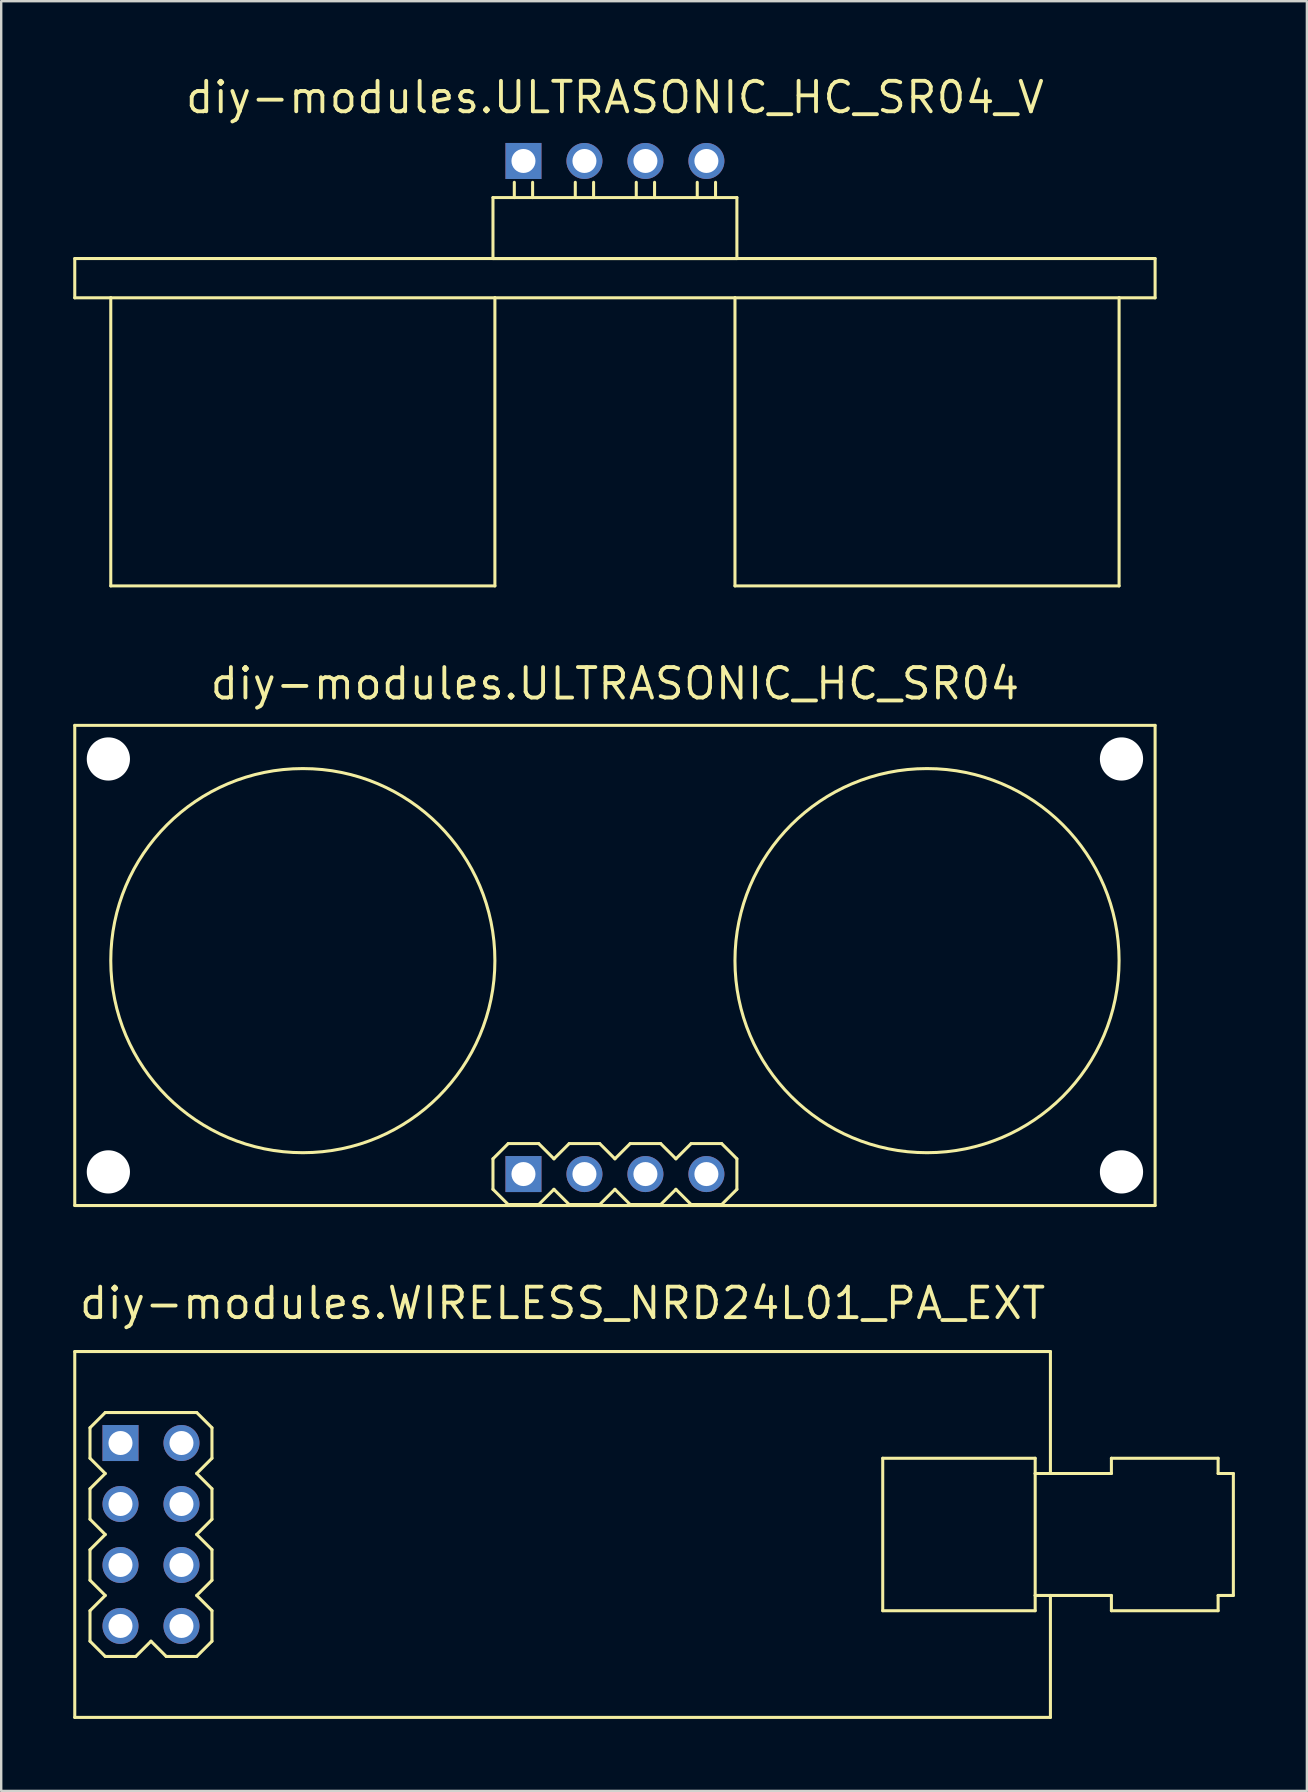
<source format=kicad_pcb>
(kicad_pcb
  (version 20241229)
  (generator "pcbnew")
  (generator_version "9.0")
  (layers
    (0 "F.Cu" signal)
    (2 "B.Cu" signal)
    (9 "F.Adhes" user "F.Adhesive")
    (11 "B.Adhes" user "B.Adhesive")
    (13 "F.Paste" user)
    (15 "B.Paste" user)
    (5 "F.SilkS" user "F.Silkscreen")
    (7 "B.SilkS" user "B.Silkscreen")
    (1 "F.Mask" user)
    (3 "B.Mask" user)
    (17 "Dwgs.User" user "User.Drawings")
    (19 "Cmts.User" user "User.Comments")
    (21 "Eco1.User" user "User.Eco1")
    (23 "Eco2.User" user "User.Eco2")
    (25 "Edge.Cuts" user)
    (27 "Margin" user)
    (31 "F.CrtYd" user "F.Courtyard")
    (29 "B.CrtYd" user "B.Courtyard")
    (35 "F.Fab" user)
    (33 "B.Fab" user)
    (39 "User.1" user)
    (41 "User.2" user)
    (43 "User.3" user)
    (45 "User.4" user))
  (footprint "diy-modules.ULTRASONIC_HC_SR04"
    (layer "F.Cu")
    (at 22.564 36.964)
    (property "Reference" "diy-modules.ULTRASONIC_HC_SR04" (at 0 -10.795 0) (layer "F.SilkS") (effects (font (size 1.27 1.27) (thickness 0.16)) (justify bottom)))
    (attr through_hole)
    (fp_line (start -22.5 -9.8) (end 22.5 -9.8) (stroke (width 0.127) (type default)) (layer "F.SilkS"))
    (fp_line (start -22.5 10.2) (end -22.5 -9.8) (stroke (width 0.127) (type default)) (layer "F.SilkS"))
    (fp_line (start -5.08 8.255) (end -4.445 7.62) (stroke (width 0.127) (type default)) (layer "F.SilkS"))
    (fp_line (start -5.08 9.525) (end -5.08 8.255) (stroke (width 0.127) (type default)) (layer "F.SilkS"))
    (fp_line (start -4.445 7.62) (end -3.175 7.62) (stroke (width 0.127) (type default)) (layer "F.SilkS"))
    (fp_line (start -4.445 10.16) (end -5.08 9.525) (stroke (width 0.127) (type default)) (layer "F.SilkS"))
    (fp_line (start -3.175 7.62) (end -2.54 8.255) (stroke (width 0.127) (type default)) (layer "F.SilkS"))
    (fp_line (start -3.175 10.16) (end -4.445 10.16) (stroke (width 0.127) (type default)) (layer "F.SilkS"))
    (fp_line (start -2.54 8.255) (end -1.905 7.62) (stroke (width 0.127) (type default)) (layer "F.SilkS"))
    (fp_line (start -2.54 9.525) (end -3.175 10.16) (stroke (width 0.127) (type default)) (layer "F.SilkS"))
    (fp_line (start -1.905 7.62) (end -0.635 7.62) (stroke (width 0.127) (type default)) (layer "F.SilkS"))
    (fp_line (start -1.905 10.16) (end -2.54 9.525) (stroke (width 0.127) (type default)) (layer "F.SilkS"))
    (fp_line (start -0.635 7.62) (end 0 8.255) (stroke (width 0.127) (type default)) (layer "F.SilkS"))
    (fp_line (start -0.635 10.16) (end -1.905 10.16) (stroke (width 0.127) (type default)) (layer "F.SilkS"))
    (fp_line (start 0 8.255) (end 0.635 7.62) (stroke (width 0.127) (type default)) (layer "F.SilkS"))
    (fp_line (start 0 9.525) (end -0.635 10.16) (stroke (width 0.127) (type default)) (layer "F.SilkS"))
    (fp_line (start 0.635 7.62) (end 1.905 7.62) (stroke (width 0.127) (type default)) (layer "F.SilkS"))
    (fp_line (start 0.635 10.16) (end 0 9.525) (stroke (width 0.127) (type default)) (layer "F.SilkS"))
    (fp_line (start 1.905 7.62) (end 2.54 8.255) (stroke (width 0.127) (type default)) (layer "F.SilkS"))
    (fp_line (start 1.905 10.16) (end 0.635 10.16) (stroke (width 0.127) (type default)) (layer "F.SilkS"))
    (fp_line (start 2.54 8.255) (end 3.175 7.62) (stroke (width 0.127) (type default)) (layer "F.SilkS"))
    (fp_line (start 2.54 9.525) (end 1.905 10.16) (stroke (width 0.127) (type default)) (layer "F.SilkS"))
    (fp_line (start 3.175 7.62) (end 4.445 7.62) (stroke (width 0.127) (type default)) (layer "F.SilkS"))
    (fp_line (start 3.175 10.16) (end 2.54 9.525) (stroke (width 0.127) (type default)) (layer "F.SilkS"))
    (fp_line (start 4.445 7.62) (end 5.08 8.255) (stroke (width 0.127) (type default)) (layer "F.SilkS"))
    (fp_line (start 4.445 10.16) (end 3.175 10.16) (stroke (width 0.127) (type default)) (layer "F.SilkS"))
    (fp_line (start 5.08 8.255) (end 5.08 9.525) (stroke (width 0.127) (type default)) (layer "F.SilkS"))
    (fp_line (start 5.08 9.525) (end 4.445 10.16) (stroke (width 0.127) (type default)) (layer "F.SilkS"))
    (fp_line (start 22.5 -9.8) (end 22.5 10.2) (stroke (width 0.127) (type default)) (layer "F.SilkS"))
    (fp_line (start 22.5 10.2) (end -22.5 10.2) (stroke (width 0.127) (type default)) (layer "F.SilkS"))
    (fp_circle (center -13 0) (end -5 0) (stroke (width 0.127) (type default)) (fill no) (layer "F.SilkS"))
    (fp_circle (center 13 0) (end 21 0) (stroke (width 0.127) (type default)) (fill no) (layer "F.SilkS"))
    (pad "" np_thru_hole circle (at -21.1 -8.4) (size 1.8 1.8) (drill 1.8) (layers "*.Cu" "*.Mask"))
    (pad "" np_thru_hole circle (at -21.1 8.8) (size 1.8 1.8) (drill 1.8) (layers "*.Cu" "*.Mask"))
    (pad "" np_thru_hole circle (at 21.1 -8.4) (size 1.8 1.8) (drill 1.8) (layers "*.Cu" "*.Mask"))
    (pad "" np_thru_hole circle (at 21.1 8.8) (size 1.8 1.8) (drill 1.8) (layers "*.Cu" "*.Mask"))
    (pad "1" thru_hole rect (at -3.81 8.89) (size 1.5 1.5) (drill 1) (layers "*.Cu" "*.Mask"))
    (pad "2" thru_hole circle (at -1.27 8.89) (size 1.5 1.5) (drill 1) (layers "*.Cu" "*.Mask"))
    (pad "3" thru_hole circle (at 1.27 8.89) (size 1.5 1.5) (drill 1) (layers "*.Cu" "*.Mask"))
    (pad "4" thru_hole circle (at 3.81 8.89) (size 1.5 1.5) (drill 1) (layers "*.Cu" "*.Mask")))
  (footprint "diy-modules.WIRELESS_NRD24L01_PA_EXT"
    (layer "F.Cu")
    (at 20.384 60.867)
    (property "Reference" "diy-modules.WIRELESS_NRD24L01_PA_EXT" (at 0 -8.89 0) (layer "F.SilkS") (effects (font (size 1.27 1.27) (thickness 0.16)) (justify bottom)))
    (attr through_hole)
    (fp_line (start -20.32 -7.62) (end 20.32 -7.62) (stroke (width 0.127) (type default)) (layer "F.SilkS"))
    (fp_line (start -20.32 7.62) (end -20.32 -7.62) (stroke (width 0.127) (type default)) (layer "F.SilkS"))
    (fp_line (start -19.685 -4.445) (end -19.05 -5.08) (stroke (width 0.127) (type default)) (layer "F.SilkS"))
    (fp_line (start -19.685 -3.175) (end -19.685 -4.445) (stroke (width 0.127) (type default)) (layer "F.SilkS"))
    (fp_line (start -19.685 -1.905) (end -19.05 -2.54) (stroke (width 0.127) (type default)) (layer "F.SilkS"))
    (fp_line (start -19.685 -0.635) (end -19.685 -1.905) (stroke (width 0.127) (type default)) (layer "F.SilkS"))
    (fp_line (start -19.685 0.635) (end -19.05 0) (stroke (width 0.127) (type default)) (layer "F.SilkS"))
    (fp_line (start -19.685 1.905) (end -19.685 0.635) (stroke (width 0.127) (type default)) (layer "F.SilkS"))
    (fp_line (start -19.685 3.175) (end -19.05 2.54) (stroke (width 0.127) (type default)) (layer "F.SilkS"))
    (fp_line (start -19.685 4.445) (end -19.685 3.175) (stroke (width 0.127) (type default)) (layer "F.SilkS"))
    (fp_line (start -19.05 -5.08) (end -15.24 -5.08) (stroke (width 0.127) (type default)) (layer "F.SilkS"))
    (fp_line (start -19.05 -2.54) (end -19.685 -3.175) (stroke (width 0.127) (type default)) (layer "F.SilkS"))
    (fp_line (start -19.05 0) (end -19.685 -0.635) (stroke (width 0.127) (type default)) (layer "F.SilkS"))
    (fp_line (start -19.05 2.54) (end -19.685 1.905) (stroke (width 0.127) (type default)) (layer "F.SilkS"))
    (fp_line (start -19.05 5.08) (end -19.685 4.445) (stroke (width 0.127) (type default)) (layer "F.SilkS"))
    (fp_line (start -17.78 5.08) (end -19.05 5.08) (stroke (width 0.127) (type default)) (layer "F.SilkS"))
    (fp_line (start -17.145 4.445) (end -17.78 5.08) (stroke (width 0.127) (type default)) (layer "F.SilkS"))
    (fp_line (start -16.51 5.08) (end -17.145 4.445) (stroke (width 0.127) (type default)) (layer "F.SilkS"))
    (fp_line (start -15.24 -5.08) (end -14.605 -4.445) (stroke (width 0.127) (type default)) (layer "F.SilkS"))
    (fp_line (start -15.24 -2.54) (end -14.605 -1.905) (stroke (width 0.127) (type default)) (layer "F.SilkS"))
    (fp_line (start -15.24 0) (end -14.605 0.635) (stroke (width 0.127) (type default)) (layer "F.SilkS"))
    (fp_line (start -15.24 2.54) (end -14.605 3.175) (stroke (width 0.127) (type default)) (layer "F.SilkS"))
    (fp_line (start -15.24 5.08) (end -16.51 5.08) (stroke (width 0.127) (type default)) (layer "F.SilkS"))
    (fp_line (start -14.605 -4.445) (end -14.605 -3.175) (stroke (width 0.127) (type default)) (layer "F.SilkS"))
    (fp_line (start -14.605 -3.175) (end -15.24 -2.54) (stroke (width 0.127) (type default)) (layer "F.SilkS"))
    (fp_line (start -14.605 -1.905) (end -14.605 -0.635) (stroke (width 0.127) (type default)) (layer "F.SilkS"))
    (fp_line (start -14.605 -0.635) (end -15.24 0) (stroke (width 0.127) (type default)) (layer "F.SilkS"))
    (fp_line (start -14.605 0.635) (end -14.605 1.905) (stroke (width 0.127) (type default)) (layer "F.SilkS"))
    (fp_line (start -14.605 1.905) (end -15.24 2.54) (stroke (width 0.127) (type default)) (layer "F.SilkS"))
    (fp_line (start -14.605 3.175) (end -14.605 4.445) (stroke (width 0.127) (type default)) (layer "F.SilkS"))
    (fp_line (start -14.605 4.445) (end -15.24 5.08) (stroke (width 0.127) (type default)) (layer "F.SilkS"))
    (fp_line (start 13.335 -3.175) (end 19.685 -3.175) (stroke (width 0.127) (type default)) (layer "F.SilkS"))
    (fp_line (start 13.335 3.175) (end 13.335 -3.175) (stroke (width 0.127) (type default)) (layer "F.SilkS"))
    (fp_line (start 19.685 -3.175) (end 19.685 -2.54) (stroke (width 0.127) (type default)) (layer "F.SilkS"))
    (fp_line (start 19.685 -2.54) (end 19.685 2.54) (stroke (width 0.127) (type default)) (layer "F.SilkS"))
    (fp_line (start 19.685 -2.54) (end 20.32 -2.54) (stroke (width 0.127) (type default)) (layer "F.SilkS"))
    (fp_line (start 19.685 2.54) (end 19.685 3.175) (stroke (width 0.127) (type default)) (layer "F.SilkS"))
    (fp_line (start 19.685 2.54) (end 20.32 2.54) (stroke (width 0.127) (type default)) (layer "F.SilkS"))
    (fp_line (start 19.685 3.175) (end 13.335 3.175) (stroke (width 0.127) (type default)) (layer "F.SilkS"))
    (fp_line (start 20.32 -7.62) (end 20.32 -2.54) (stroke (width 0.127) (type default)) (layer "F.SilkS"))
    (fp_line (start 20.32 -2.54) (end 22.86 -2.54) (stroke (width 0.127) (type default)) (layer "F.SilkS"))
    (fp_line (start 20.32 2.54) (end 22.86 2.54) (stroke (width 0.127) (type default)) (layer "F.SilkS"))
    (fp_line (start 20.32 7.62) (end -20.32 7.62) (stroke (width 0.127) (type default)) (layer "F.SilkS"))
    (fp_line (start 20.32 7.62) (end 20.32 2.54) (stroke (width 0.127) (type default)) (layer "F.SilkS"))
    (fp_line (start 22.86 -3.175) (end 27.305 -3.175) (stroke (width 0.127) (type default)) (layer "F.SilkS"))
    (fp_line (start 22.86 -2.54) (end 22.86 -3.175) (stroke (width 0.127) (type default)) (layer "F.SilkS"))
    (fp_line (start 22.86 3.175) (end 22.86 2.54) (stroke (width 0.127) (type default)) (layer "F.SilkS"))
    (fp_line (start 27.305 -3.175) (end 27.305 -2.54) (stroke (width 0.127) (type default)) (layer "F.SilkS"))
    (fp_line (start 27.305 -2.54) (end 27.94 -2.54) (stroke (width 0.127) (type default)) (layer "F.SilkS"))
    (fp_line (start 27.305 2.54) (end 27.305 3.175) (stroke (width 0.127) (type default)) (layer "F.SilkS"))
    (fp_line (start 27.305 3.175) (end 22.86 3.175) (stroke (width 0.127) (type default)) (layer "F.SilkS"))
    (fp_line (start 27.94 -2.54) (end 27.94 2.54) (stroke (width 0.127) (type default)) (layer "F.SilkS"))
    (fp_line (start 27.94 2.54) (end 27.305 2.54) (stroke (width 0.127) (type default)) (layer "F.SilkS"))
    (pad "1" thru_hole rect (at -18.415 -3.81) (size 1.5 1.5) (drill 1) (layers "*.Cu" "*.Mask"))
    (pad "2" thru_hole circle (at -15.875 -3.81) (size 1.5 1.5) (drill 1) (layers "*.Cu" "*.Mask"))
    (pad "3" thru_hole circle (at -18.415 -1.27) (size 1.5 1.5) (drill 1) (layers "*.Cu" "*.Mask"))
    (pad "4" thru_hole circle (at -15.875 -1.27) (size 1.5 1.5) (drill 1) (layers "*.Cu" "*.Mask"))
    (pad "5" thru_hole circle (at -18.415 1.27) (size 1.5 1.5) (drill 1) (layers "*.Cu" "*.Mask"))
    (pad "6" thru_hole circle (at -15.875 1.27) (size 1.5 1.5) (drill 1) (layers "*.Cu" "*.Mask"))
    (pad "7" thru_hole circle (at -18.415 3.81) (size 1.5 1.5) (drill 1) (layers "*.Cu" "*.Mask"))
    (pad "8" thru_hole circle (at -15.875 3.81) (size 1.5 1.5) (drill 1) (layers "*.Cu" "*.Mask")))
  (footprint "diy-modules.ULTRASONIC_HC_SR04_V"
    (layer "F.Cu")
    (at 22.564 3.655)
    (property "Reference" "diy-modules.ULTRASONIC_HC_SR04_V" (at 0 -1.905 0) (layer "F.SilkS") (effects (font (size 1.27 1.27) (thickness 0.16)) (justify bottom)))
    (attr through_hole)
    (fp_line (start -22.5 4.064) (end 22.5 4.064) (stroke (width 0.127) (type default)) (layer "F.SilkS"))
    (fp_line (start -22.5 5.7) (end -22.5 4.064) (stroke (width 0.127) (type default)) (layer "F.SilkS"))
    (fp_line (start -21 5.7) (end -22.5 5.7) (stroke (width 0.127) (type default)) (layer "F.SilkS"))
    (fp_line (start -21 5.7) (end -21 17.7) (stroke (width 0.127) (type default)) (layer "F.SilkS"))
    (fp_line (start -21 17.7) (end -5 17.7) (stroke (width 0.127) (type default)) (layer "F.SilkS"))
    (fp_line (start -5.08 1.524) (end -4.191 1.524) (stroke (width 0.127) (type default)) (layer "F.SilkS"))
    (fp_line (start -5.08 4.064) (end -5.08 1.524) (stroke (width 0.127) (type default)) (layer "F.SilkS"))
    (fp_line (start -5.08 4.064) (end 5.08 4.064) (stroke (width 0.127) (type default)) (layer "F.SilkS"))
    (fp_line (start -5 5.7) (end -21 5.7) (stroke (width 0.127) (type default)) (layer "F.SilkS"))
    (fp_line (start -5 17.7) (end -5 5.7) (stroke (width 0.127) (type default)) (layer "F.SilkS"))
    (fp_line (start -4.191 1.524) (end -4.191 0.889) (stroke (width 0.127) (type default)) (layer "F.SilkS"))
    (fp_line (start -4.191 1.524) (end -3.429 1.524) (stroke (width 0.127) (type default)) (layer "F.SilkS"))
    (fp_line (start -3.429 1.524) (end -3.429 0.889) (stroke (width 0.127) (type default)) (layer "F.SilkS"))
    (fp_line (start -3.429 1.524) (end -1.651 1.524) (stroke (width 0.127) (type default)) (layer "F.SilkS"))
    (fp_line (start -1.651 1.524) (end -1.651 0.889) (stroke (width 0.127) (type default)) (layer "F.SilkS"))
    (fp_line (start -1.651 1.524) (end -0.889 1.524) (stroke (width 0.127) (type default)) (layer "F.SilkS"))
    (fp_line (start -0.889 1.524) (end -0.889 0.889) (stroke (width 0.127) (type default)) (layer "F.SilkS"))
    (fp_line (start -0.889 1.524) (end 0.889 1.524) (stroke (width 0.127) (type default)) (layer "F.SilkS"))
    (fp_line (start 0.889 1.524) (end 0.889 0.889) (stroke (width 0.127) (type default)) (layer "F.SilkS"))
    (fp_line (start 0.889 1.524) (end 1.651 1.524) (stroke (width 0.127) (type default)) (layer "F.SilkS"))
    (fp_line (start 1.651 1.524) (end 1.651 0.889) (stroke (width 0.127) (type default)) (layer "F.SilkS"))
    (fp_line (start 1.651 1.524) (end 3.429 1.524) (stroke (width 0.127) (type default)) (layer "F.SilkS"))
    (fp_line (start 3.429 1.524) (end 3.429 0.889) (stroke (width 0.127) (type default)) (layer "F.SilkS"))
    (fp_line (start 3.429 1.524) (end 4.191 1.524) (stroke (width 0.127) (type default)) (layer "F.SilkS"))
    (fp_line (start 4.191 1.524) (end 4.191 0.889) (stroke (width 0.127) (type default)) (layer "F.SilkS"))
    (fp_line (start 4.191 1.524) (end 5.08 1.524) (stroke (width 0.127) (type default)) (layer "F.SilkS"))
    (fp_line (start 5 5.7) (end -5 5.7) (stroke (width 0.127) (type default)) (layer "F.SilkS"))
    (fp_line (start 5 5.7) (end 5 17.7) (stroke (width 0.127) (type default)) (layer "F.SilkS"))
    (fp_line (start 5 17.7) (end 21 17.7) (stroke (width 0.127) (type default)) (layer "F.SilkS"))
    (fp_line (start 5.08 1.524) (end 5.08 4.064) (stroke (width 0.127) (type default)) (layer "F.SilkS"))
    (fp_line (start 21 5.7) (end 5 5.7) (stroke (width 0.127) (type default)) (layer "F.SilkS"))
    (fp_line (start 21 17.7) (end 21 5.7) (stroke (width 0.127) (type default)) (layer "F.SilkS"))
    (fp_line (start 22.5 4.064) (end 22.5 5.7) (stroke (width 0.127) (type default)) (layer "F.SilkS"))
    (fp_line (start 22.5 5.7) (end 21 5.7) (stroke (width 0.127) (type default)) (layer "F.SilkS"))
    (pad "1" thru_hole rect (at -3.81 0 180) (size 1.5 1.5) (drill 1) (layers "*.Cu" "*.Mask"))
    (pad "2" thru_hole circle (at -1.27 0 180) (size 1.5 1.5) (drill 1) (layers "*.Cu" "*.Mask"))
    (pad "3" thru_hole circle (at 1.27 0 180) (size 1.5 1.5) (drill 1) (layers "*.Cu" "*.Mask"))
    (pad "4" thru_hole circle (at 3.81 0 180) (size 1.5 1.5) (drill 1) (layers "*.Cu" "*.Mask")))
  (gr_rect
    (start -3 -3)
    (end 51.387 71.55)
    (stroke (width 0.1) (type default))
    (fill no)
    (layer "Edge.Cuts")))
</source>
